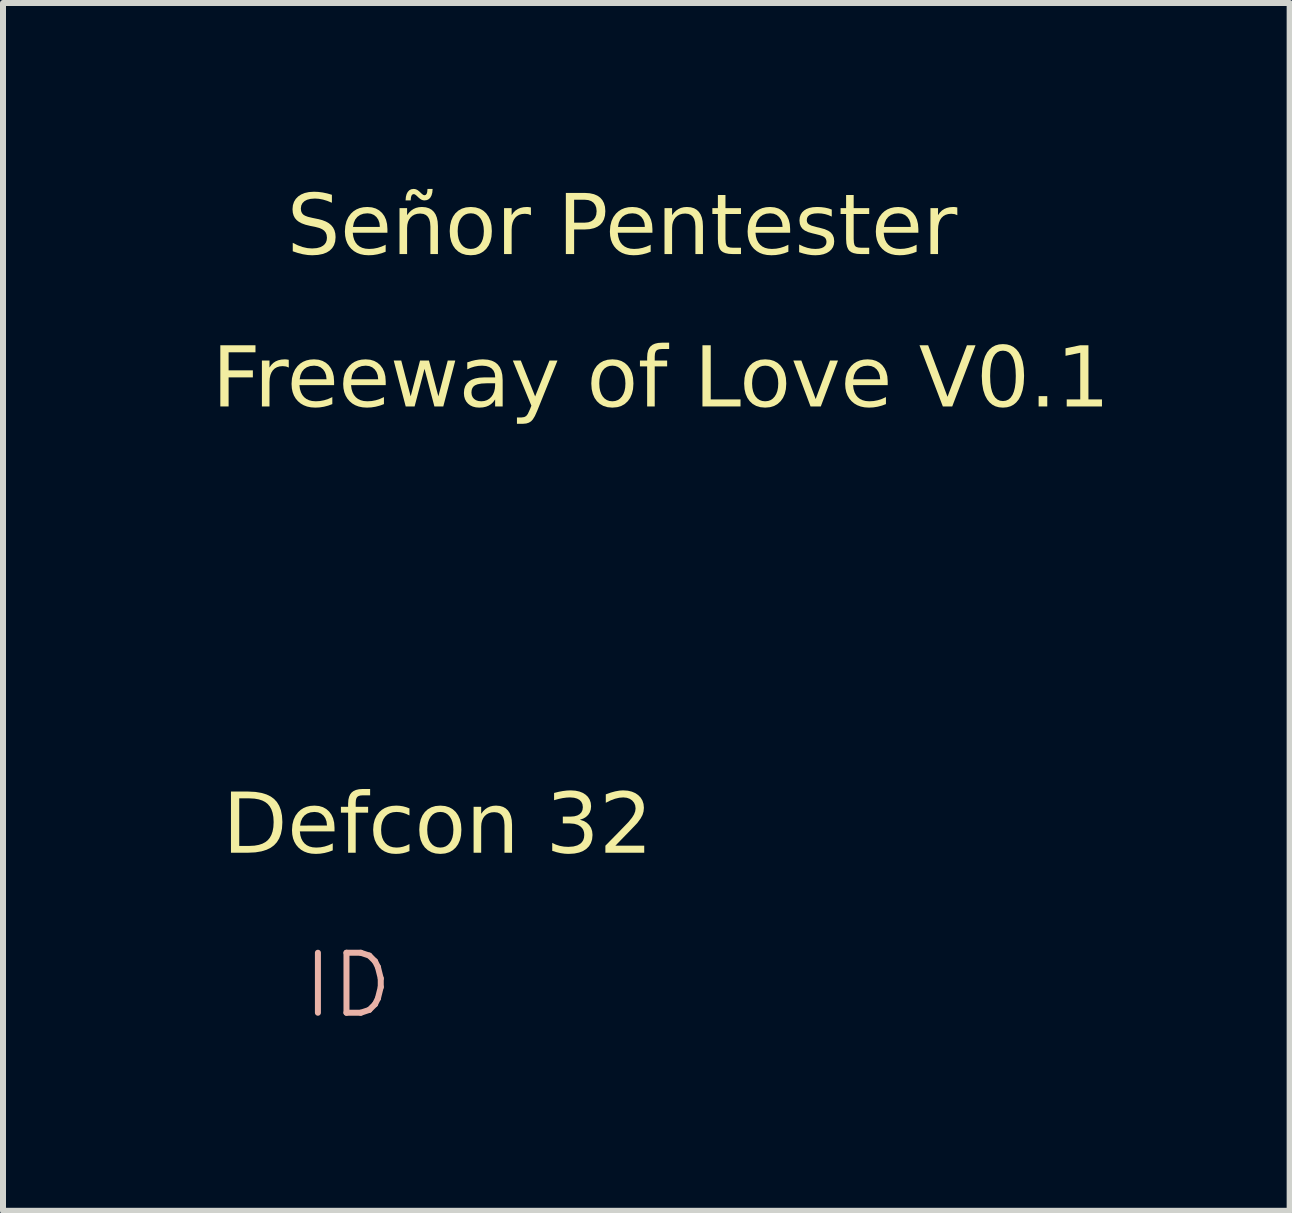
<source format=kicad_pcb>
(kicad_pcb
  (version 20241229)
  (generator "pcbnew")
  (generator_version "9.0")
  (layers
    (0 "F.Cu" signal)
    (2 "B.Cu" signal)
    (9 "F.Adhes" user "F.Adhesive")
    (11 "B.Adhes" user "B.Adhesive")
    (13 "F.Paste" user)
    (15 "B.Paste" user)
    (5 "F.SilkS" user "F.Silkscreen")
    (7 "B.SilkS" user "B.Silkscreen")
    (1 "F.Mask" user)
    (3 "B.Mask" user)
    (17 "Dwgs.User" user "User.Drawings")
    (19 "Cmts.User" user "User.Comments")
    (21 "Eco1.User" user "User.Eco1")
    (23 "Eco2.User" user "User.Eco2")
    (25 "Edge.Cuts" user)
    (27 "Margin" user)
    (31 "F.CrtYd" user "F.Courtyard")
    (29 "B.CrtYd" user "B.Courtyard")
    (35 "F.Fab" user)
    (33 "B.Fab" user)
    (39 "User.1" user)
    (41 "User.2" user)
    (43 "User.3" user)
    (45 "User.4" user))
  (footprint "ID"
    (layer "F.Cu")
    (at 0.25 13.876)
    (property "Reference" "ID" (at 2.5 -0.5 0) (unlocked yes) (layer "B.SilkS") (effects (font (size 1 1) (thickness 0.1))))
    (fp_text user "Defcon 32" (at 7.58 -2.54 0) (unlocked yes) (layer "F.SilkS") (effects (font (face "Sofachrome Rg") (size 1 1) (thickness 0.1)) (justify right bottom)))
    (fp_text user "Señor Pentester" (at 12.66 -12.52 0) (unlocked yes) (layer "F.SilkS") (effects (font (face "Sofachrome Rg") (size 1 1) (thickness 0.1)) (justify right bottom)))
    (fp_text user "Freeway of Love V0.1" (at 15.2 -9.98 0) (unlocked yes) (layer "F.SilkS") (effects (font (face "Sofachrome Rg") (size 1 1) (thickness 0.1)) (justify right bottom))))
  (gr_rect
    (start -3 -3)
    (end 18.45 17.136)
    (stroke (width 0.1) (type default))
    (fill no)
    (layer "Edge.Cuts")))
</source>
